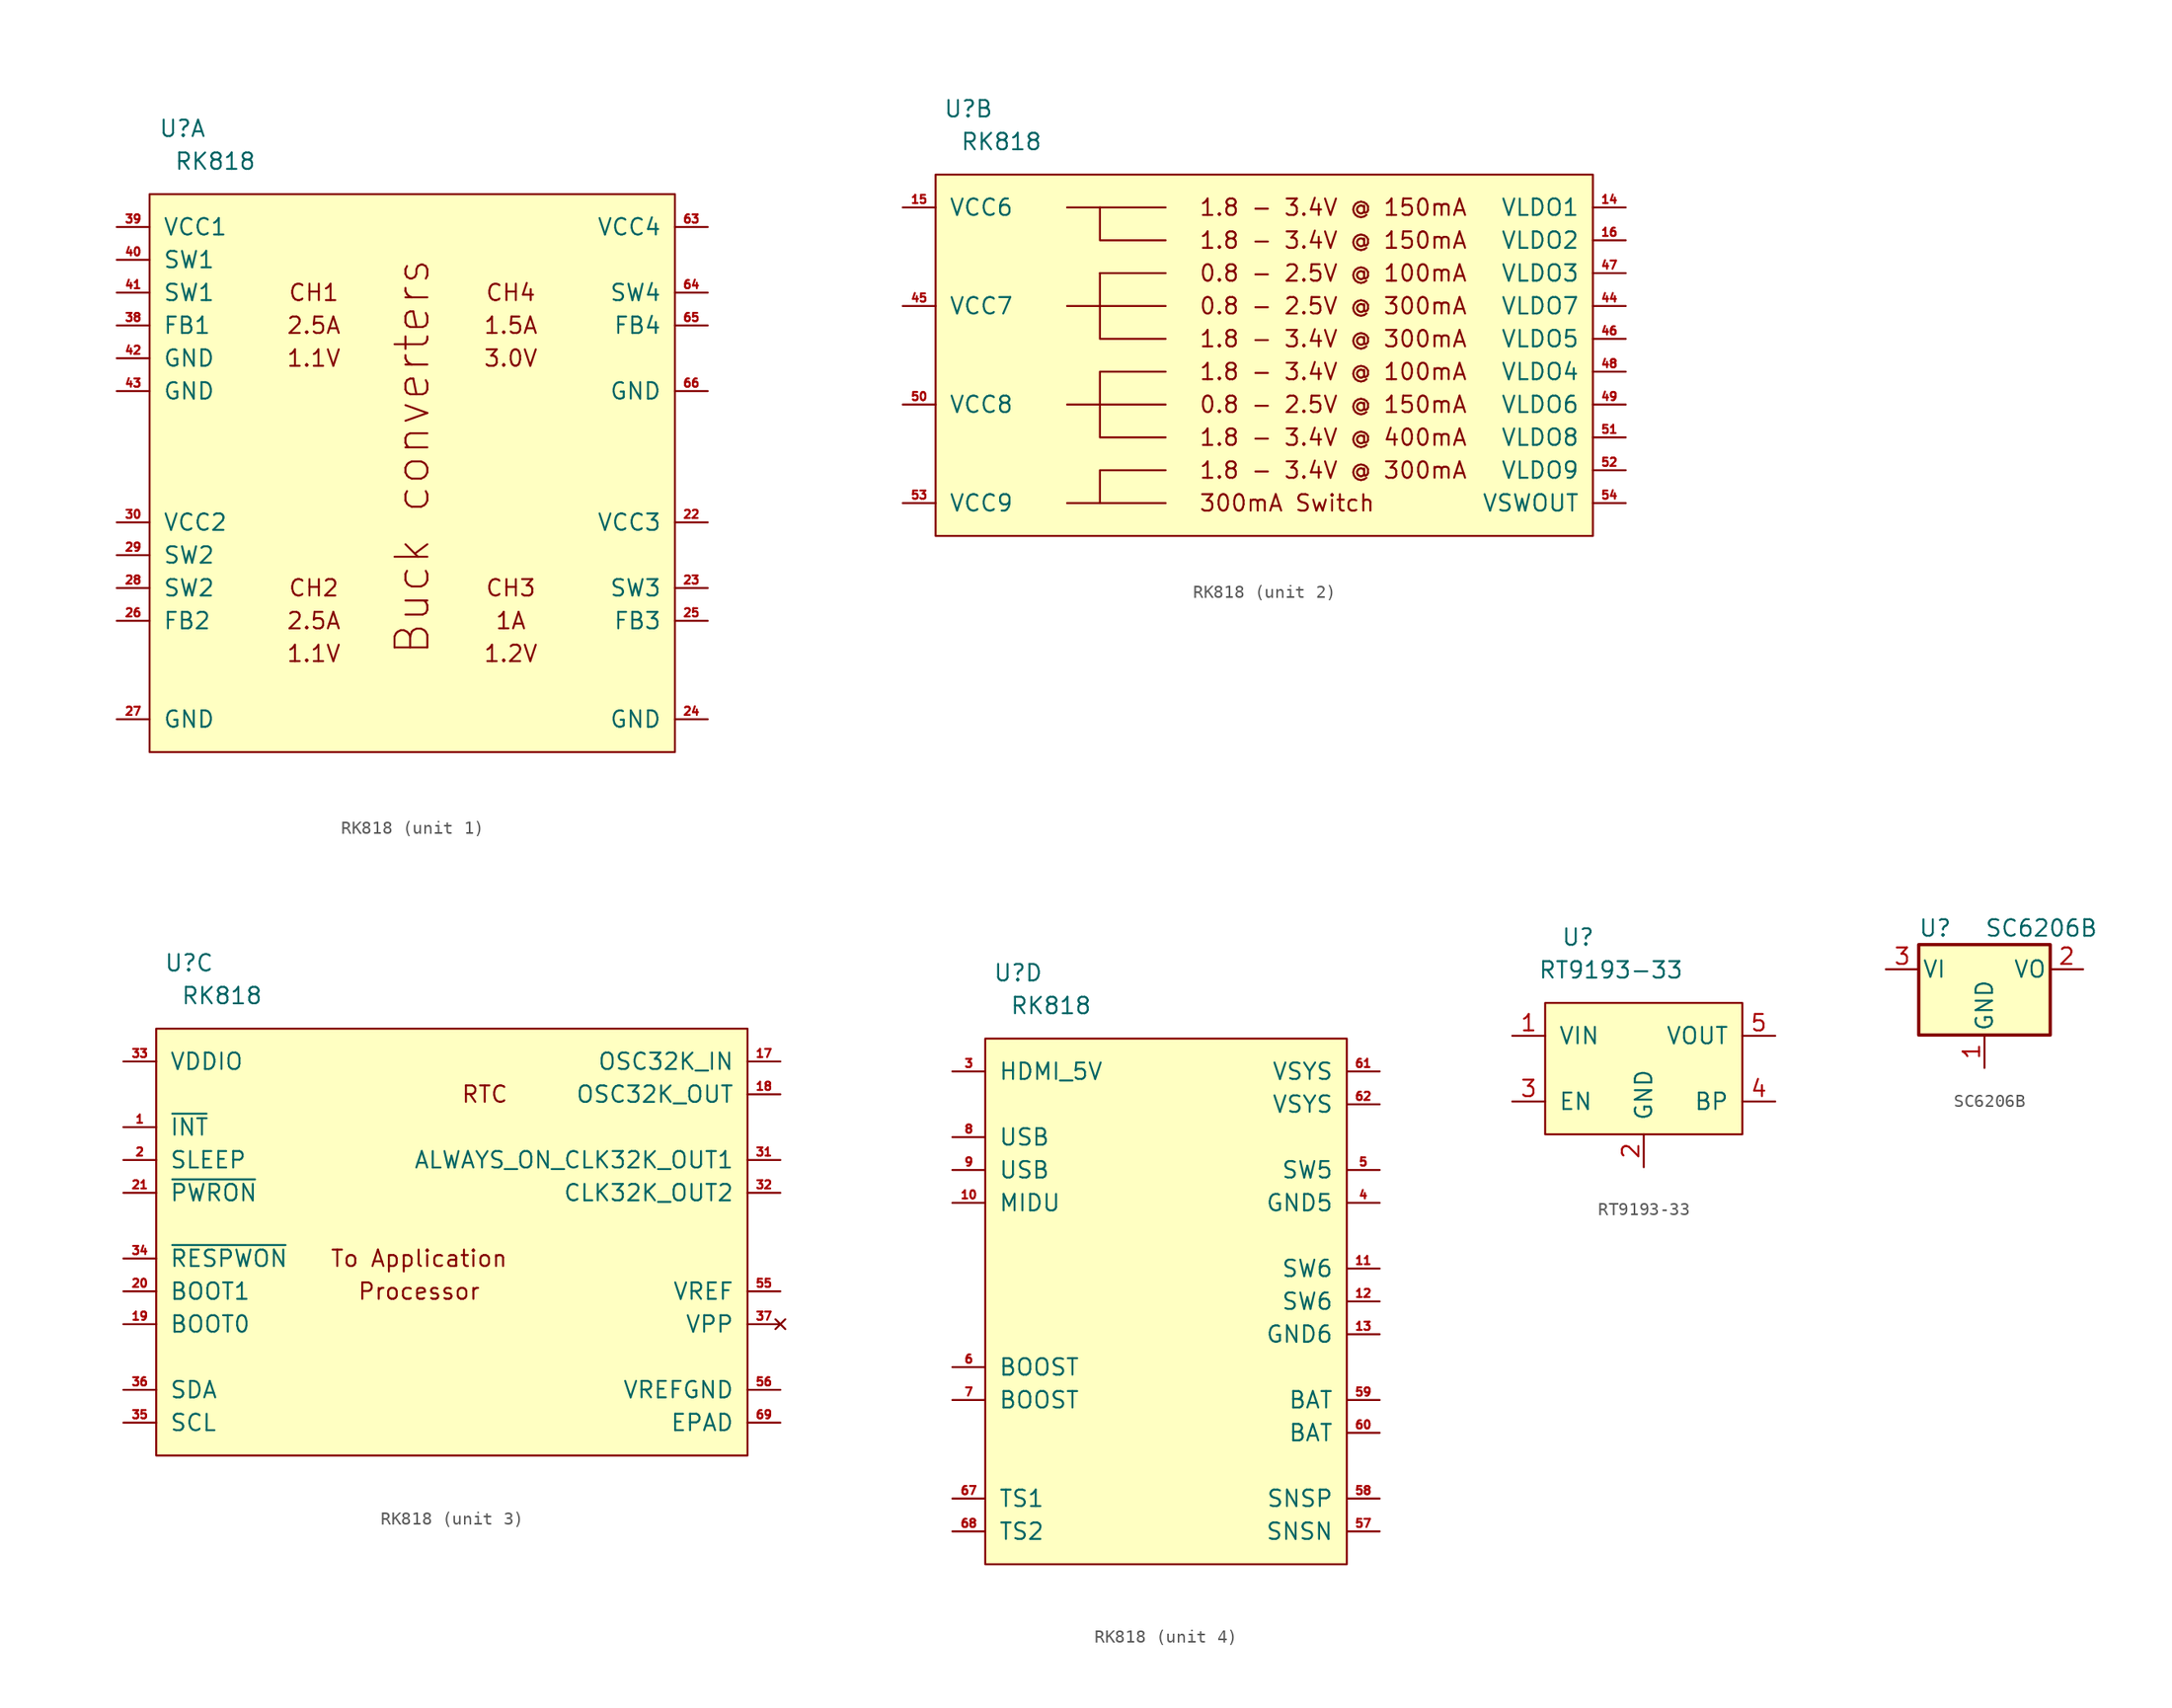
<source format=kicad_sym>
(kicad_symbol_lib
  (version 20211014)
  (generator kicad_symbol_editor)
  (symbol "RK818"
    (pin_names
      (offset 1.016))
    (property "Reference" "U"
      (at 2.54 5.08 0)
      (effects (font (size 1.27 1.27))))
    (property "Value" "RK818"
      (at 5.08 2.54 0)
      (effects (font (size 1.27 1.27))))
    (property "ki_locked" ""
      (at 0 0 0)
      (effects (font (size 1.27 1.27))))
    (symbol "RK818_1_0"
      (text "1.1V" (at 12.7 -35.56 0) (effects (font (size 1.27 1.27))))
      (text "1.1V" (at 12.7 -12.7 0) (effects (font (size 1.27 1.27))))
      (text "1.2V" (at 27.94 -35.56 0) (effects (font (size 1.27 1.27))))
      (text "1.5A" (at 27.94 -10.16 0) (effects (font (size 1.27 1.27))))
      (text "1A" (at 27.94 -33.02 0) (effects (font (size 1.27 1.27))))
      (text "2.5A" (at 12.7 -33.02 0) (effects (font (size 1.27 1.27))))
      (text "2.5A" (at 12.7 -10.16 0) (effects (font (size 1.27 1.27))))
      (text "3.0V" (at 27.94 -12.7 0) (effects (font (size 1.27 1.27))))
      (text "Buck converters" (at 20.32 -20.32 900) (effects (font (size 2.54 2.54))))
      (text "CH1" (at 12.7 -7.62 0) (effects (font (size 1.27 1.27))))
      (text "CH2" (at 12.7 -30.48 0) (effects (font (size 1.27 1.27))))
      (text "CH3" (at 27.94 -30.48 0) (effects (font (size 1.27 1.27))))
      (text "CH4" (at 27.94 -7.62 0) (effects (font (size 1.27 1.27)))))
    (symbol "RK818_1_1"
      (rectangle (start 0 0) (end 40.64 -43.18) (stroke (width 0) (type default) (color 0 0 0 0)) (fill (type background)))
      (pin power_in line (at 43.18 -25.4 180) (length 2.54) (name "VCC3" (effects (font (size 1.27 1.27)))) (number "22" (effects (font (size 0.635 0.635)))))
      (pin power_out line (at 43.18 -30.48 180) (length 2.54) (name "SW3" (effects (font (size 1.27 1.27)))) (number "23" (effects (font (size 0.635 0.635)))))
      (pin power_in line (at 43.18 -40.64 180) (length 2.54) (name "GND" (effects (font (size 1.27 1.27)))) (number "24" (effects (font (size 0.635 0.635)))))
      (pin input line (at 43.18 -33.02 180) (length 2.54) (name "FB3" (effects (font (size 1.27 1.27)))) (number "25" (effects (font (size 0.635 0.635)))))
      (pin input line (at -2.54 -33.02 0) (length 2.54) (name "FB2" (effects (font (size 1.27 1.27)))) (number "26" (effects (font (size 0.635 0.635)))))
      (pin power_in line (at -2.54 -40.64 0) (length 2.54) (name "GND" (effects (font (size 1.27 1.27)))) (number "27" (effects (font (size 0.635 0.635)))))
      (pin power_out line (at -2.54 -30.48 0) (length 2.54) (name "SW2" (effects (font (size 1.27 1.27)))) (number "28" (effects (font (size 0.635 0.635)))))
      (pin power_out line (at -2.54 -27.94 0) (length 2.54) (name "SW2" (effects (font (size 1.27 1.27)))) (number "29" (effects (font (size 0.635 0.635)))))
      (pin power_in line (at -2.54 -25.4 0) (length 2.54) (name "VCC2" (effects (font (size 1.27 1.27)))) (number "30" (effects (font (size 0.635 0.635)))))
      (pin input line (at -2.54 -10.16 0) (length 2.54) (name "FB1" (effects (font (size 1.27 1.27)))) (number "38" (effects (font (size 0.635 0.635)))))
      (pin power_in line (at -2.54 -2.54 0) (length 2.54) (name "VCC1" (effects (font (size 1.27 1.27)))) (number "39" (effects (font (size 0.635 0.635)))))
      (pin power_out line (at -2.54 -5.08 0) (length 2.54) (name "SW1" (effects (font (size 1.27 1.27)))) (number "40" (effects (font (size 0.635 0.635)))))
      (pin power_out line (at -2.54 -7.62 0) (length 2.54) (name "SW1" (effects (font (size 1.27 1.27)))) (number "41" (effects (font (size 0.635 0.635)))))
      (pin power_in line (at -2.54 -12.7 0) (length 2.54) (name "GND" (effects (font (size 1.27 1.27)))) (number "42" (effects (font (size 0.635 0.635)))))
      (pin power_in line (at -2.54 -15.24 0) (length 2.54) (name "GND" (effects (font (size 1.27 1.27)))) (number "43" (effects (font (size 0.635 0.635)))))
      (pin power_in line (at 43.18 -2.54 180) (length 2.54) (name "VCC4" (effects (font (size 1.27 1.27)))) (number "63" (effects (font (size 0.635 0.635)))))
      (pin power_out line (at 43.18 -7.62 180) (length 2.54) (name "SW4" (effects (font (size 1.27 1.27)))) (number "64" (effects (font (size 0.635 0.635)))))
      (pin input line (at 43.18 -10.16 180) (length 2.54) (name "FB4" (effects (font (size 1.27 1.27)))) (number "65" (effects (font (size 0.635 0.635)))))
      (pin power_in line (at 43.18 -15.24 180) (length 2.54) (name "GND" (effects (font (size 1.27 1.27)))) (number "66" (effects (font (size 0.635 0.635))))))
    (symbol "RK818_2_0"
      (polyline (pts (xy 10.16 -17.78) (xy 17.78 -17.78)) (stroke (width 0) (type default) (color 0 0 0 0)) (fill (type none)))
      (polyline (pts (xy 10.16 -2.54) (xy 17.78 -2.54)) (stroke (width 0) (type default) (color 0 0 0 0)) (fill (type none)))
      (polyline (pts (xy 12.7 -25.4) (xy 10.16 -25.4)) (stroke (width 0) (type default) (color 0 0 0 0)) (fill (type none)))
      (polyline (pts (xy 12.7 -10.16) (xy 10.16 -10.16)) (stroke (width 0) (type default) (color 0 0 0 0)) (fill (type none)))
      (polyline (pts (xy 12.7 -10.16) (xy 17.78 -10.16)) (stroke (width 0) (type default) (color 0 0 0 0)) (fill (type none)))
      (polyline (pts (xy 12.7 -7.62) (xy 17.78 -7.62)) (stroke (width 0) (type default) (color 0 0 0 0)) (fill (type none)))
      (polyline (pts (xy 12.7 -7.62) (xy 12.7 -12.7) (xy 17.78 -12.7)) (stroke (width 0) (type default) (color 0 0 0 0)) (fill (type none)))
      (polyline (pts (xy 12.7 -2.54) (xy 12.7 -5.08) (xy 17.78 -5.08)) (stroke (width 0) (type default) (color 0 0 0 0)) (fill (type none)))
      (polyline (pts (xy 17.78 -22.86) (xy 12.7 -22.86) (xy 12.7 -25.4) (xy 17.78 -25.4)) (stroke (width 0) (type default) (color 0 0 0 0)) (fill (type none)))
      (polyline (pts (xy 17.78 -15.24) (xy 12.7 -15.24) (xy 12.7 -20.32) (xy 17.78 -20.32)) (stroke (width 0) (type default) (color 0 0 0 0)) (fill (type none)))
      (text "0.8 - 2.5V @ 100mA" (at 20.32 -7.62 0) (effects (font (size 1.27 1.27)) (justify left)))
      (text "0.8 - 2.5V @ 300mA" (at 20.32 -10.16 0) (effects (font (size 1.27 1.27)) (justify left)))
      (text "1.8 - 3.4V @ 150mA" (at 20.32 -5.08 0) (effects (font (size 1.27 1.27)) (justify left)))
      (text "1.8 - 3.4V @ 150mA" (at 20.32 -2.54 0) (effects (font (size 1.27 1.27)) (justify left)))
      (text "1.8 - 3.4V @ 300mA" (at 20.32 -12.7 0) (effects (font (size 1.27 1.27)) (justify left))))
    (symbol "RK818_2_1"
      (rectangle (start 0 0) (end 50.8 -27.94) (stroke (width 0) (type default) (color 0 0 0 0)) (fill (type background)))
      (text "0.8 - 2.5V @ 150mA" (at 20.32 -17.78 0) (effects (font (size 1.27 1.27)) (justify left)))
      (text "1.8 - 3.4V @ 100mA" (at 20.32 -15.24 0) (effects (font (size 1.27 1.27)) (justify left)))
      (text "1.8 - 3.4V @ 300mA" (at 20.32 -22.86 0) (effects (font (size 1.27 1.27)) (justify left)))
      (text "1.8 - 3.4V @ 400mA" (at 20.32 -20.32 0) (effects (font (size 1.27 1.27)) (justify left)))
      (text "300mA Switch" (at 20.32 -25.4 0) (effects (font (size 1.27 1.27)) (justify left)))
      (pin power_out line (at 53.34 -2.54 180) (length 2.54) (name "VLDO1" (effects (font (size 1.27 1.27)))) (number "14" (effects (font (size 0.635 0.635)))))
      (pin power_in line (at -2.54 -2.54 0) (length 2.54) (name "VCC6" (effects (font (size 1.27 1.27)))) (number "15" (effects (font (size 0.635 0.635)))))
      (pin power_out line (at 53.34 -5.08 180) (length 2.54) (name "VLDO2" (effects (font (size 1.27 1.27)))) (number "16" (effects (font (size 0.635 0.635)))))
      (pin power_out line (at 53.34 -10.16 180) (length 2.54) (name "VLDO7" (effects (font (size 1.27 1.27)))) (number "44" (effects (font (size 0.635 0.635)))))
      (pin power_in line (at -2.54 -10.16 0) (length 2.54) (name "VCC7" (effects (font (size 1.27 1.27)))) (number "45" (effects (font (size 0.635 0.635)))))
      (pin power_out line (at 53.34 -12.7 180) (length 2.54) (name "VLDO5" (effects (font (size 1.27 1.27)))) (number "46" (effects (font (size 0.635 0.635)))))
      (pin power_out line (at 53.34 -7.62 180) (length 2.54) (name "VLDO3" (effects (font (size 1.27 1.27)))) (number "47" (effects (font (size 0.635 0.635)))))
      (pin power_out line (at 53.34 -15.24 180) (length 2.54) (name "VLDO4" (effects (font (size 1.27 1.27)))) (number "48" (effects (font (size 0.635 0.635)))))
      (pin power_out line (at 53.34 -17.78 180) (length 2.54) (name "VLDO6" (effects (font (size 1.27 1.27)))) (number "49" (effects (font (size 0.635 0.635)))))
      (pin power_in line (at -2.54 -17.78 0) (length 2.54) (name "VCC8" (effects (font (size 1.27 1.27)))) (number "50" (effects (font (size 0.635 0.635)))))
      (pin power_out line (at 53.34 -20.32 180) (length 2.54) (name "VLDO8" (effects (font (size 1.27 1.27)))) (number "51" (effects (font (size 0.635 0.635)))))
      (pin power_out line (at 53.34 -22.86 180) (length 2.54) (name "VLDO9" (effects (font (size 1.27 1.27)))) (number "52" (effects (font (size 0.635 0.635)))))
      (pin power_in line (at -2.54 -25.4 0) (length 2.54) (name "VCC9" (effects (font (size 1.27 1.27)))) (number "53" (effects (font (size 0.635 0.635)))))
      (pin power_out line (at 53.34 -25.4 180) (length 2.54) (name "VSWOUT" (effects (font (size 1.27 1.27)))) (number "54" (effects (font (size 0.635 0.635))))))
    (symbol "RK818_3_0"
      (rectangle (start 0 0) (end 45.72 -33.02) (stroke (width 0) (type default) (color 0 0 0 0)) (fill (type background)))
      (text "Processor" (at 20.32 -20.32 0) (effects (font (size 1.27 1.27))))
      (text "RTC" (at 25.4 -5.08 0) (effects (font (size 1.27 1.27))))
      (text "To Application" (at 20.32 -17.78 0) (effects (font (size 1.27 1.27)))))
    (symbol "RK818_3_1"
      (pin output line (at -2.54 -7.62 0) (length 2.54) (name "~{INT}" (effects (font (size 1.27 1.27)))) (number "1" (effects (font (size 0.635 0.635)))))
      (pin input line (at 48.26 -2.54 180) (length 2.54) (name "OSC32K_IN" (effects (font (size 1.27 1.27)))) (number "17" (effects (font (size 0.635 0.635)))))
      (pin output line (at 48.26 -5.08 180) (length 2.54) (name "OSC32K_OUT" (effects (font (size 1.27 1.27)))) (number "18" (effects (font (size 0.635 0.635)))))
      (pin input line (at -2.54 -22.86 0) (length 2.54) (name "BOOT0" (effects (font (size 1.27 1.27)))) (number "19" (effects (font (size 0.635 0.635)))))
      (pin input line (at -2.54 -10.16 0) (length 2.54) (name "SLEEP" (effects (font (size 1.27 1.27)))) (number "2" (effects (font (size 0.635 0.635)))))
      (pin input line (at -2.54 -20.32 0) (length 2.54) (name "BOOT1" (effects (font (size 1.27 1.27)))) (number "20" (effects (font (size 0.635 0.635)))))
      (pin input line (at -2.54 -12.7 0) (length 2.54) (name "~{PWRON}" (effects (font (size 1.27 1.27)))) (number "21" (effects (font (size 0.635 0.635)))))
      (pin output line (at 48.26 -10.16 180) (length 2.54) (name "ALWAYS_ON_CLK32K_OUT1" (effects (font (size 1.27 1.27)))) (number "31" (effects (font (size 0.635 0.635)))))
      (pin output line (at 48.26 -12.7 180) (length 2.54) (name "CLK32K_OUT2" (effects (font (size 1.27 1.27)))) (number "32" (effects (font (size 0.635 0.635)))))
      (pin power_out line (at -2.54 -2.54 0) (length 2.54) (name "VDDIO" (effects (font (size 1.27 1.27)))) (number "33" (effects (font (size 0.635 0.635)))))
      (pin output line (at -2.54 -17.78 0) (length 2.54) (name "~{RESPWON}" (effects (font (size 1.27 1.27)))) (number "34" (effects (font (size 0.635 0.635)))))
      (pin input line (at -2.54 -30.48 0) (length 2.54) (name "SCL" (effects (font (size 1.27 1.27)))) (number "35" (effects (font (size 0.635 0.635)))))
      (pin bidirectional line (at -2.54 -27.94 0) (length 2.54) (name "SDA" (effects (font (size 1.27 1.27)))) (number "36" (effects (font (size 0.635 0.635)))))
      (pin no_connect line (at 48.26 -22.86 180) (length 2.54) (name "VPP" (effects (font (size 1.27 1.27)))) (number "37" (effects (font (size 0.635 0.635)))))
      (pin output line (at 48.26 -20.32 180) (length 2.54) (name "VREF" (effects (font (size 1.27 1.27)))) (number "55" (effects (font (size 0.635 0.635)))))
      (pin output line (at 48.26 -27.94 180) (length 2.54) (name "VREFGND" (effects (font (size 1.27 1.27)))) (number "56" (effects (font (size 0.635 0.635)))))
      (pin power_in line (at 48.26 -30.48 180) (length 2.54) (name "EPAD" (effects (font (size 1.27 1.27)))) (number "69" (effects (font (size 0.635 0.635))))))
    (symbol "RK818_4_0"
      (rectangle (start 0 0) (end 27.94 -40.64) (stroke (width 0) (type default) (color 0 0 0 0)) (fill (type background))))
    (symbol "RK818_4_1"
      (pin input line (at -2.54 -12.7 0) (length 2.54) (name "MIDU" (effects (font (size 1.27 1.27)))) (number "10" (effects (font (size 0.635 0.635)))))
      (pin power_out line (at 30.48 -17.78 180) (length 2.54) (name "SW6" (effects (font (size 1.27 1.27)))) (number "11" (effects (font (size 0.635 0.635)))))
      (pin power_out line (at 30.48 -20.32 180) (length 2.54) (name "SW6" (effects (font (size 1.27 1.27)))) (number "12" (effects (font (size 0.635 0.635)))))
      (pin power_in line (at 30.48 -22.86 180) (length 2.54) (name "GND6" (effects (font (size 1.27 1.27)))) (number "13" (effects (font (size 0.635 0.635)))))
      (pin power_out line (at -2.54 -2.54 0) (length 2.54) (name "HDMI_5V" (effects (font (size 1.27 1.27)))) (number "3" (effects (font (size 0.635 0.635)))))
      (pin power_in line (at 30.48 -12.7 180) (length 2.54) (name "GND5" (effects (font (size 1.27 1.27)))) (number "4" (effects (font (size 0.635 0.635)))))
      (pin power_out line (at 30.48 -10.16 180) (length 2.54) (name "SW5" (effects (font (size 1.27 1.27)))) (number "5" (effects (font (size 0.635 0.635)))))
      (pin input line (at 30.48 -38.1 180) (length 2.54) (name "SNSN" (effects (font (size 1.27 1.27)))) (number "57" (effects (font (size 0.635 0.635)))))
      (pin input line (at 30.48 -35.56 180) (length 2.54) (name "SNSP" (effects (font (size 1.27 1.27)))) (number "58" (effects (font (size 0.635 0.635)))))
      (pin power_in line (at 30.48 -27.94 180) (length 2.54) (name "BAT" (effects (font (size 1.27 1.27)))) (number "59" (effects (font (size 0.635 0.635)))))
      (pin power_out line (at -2.54 -25.4 0) (length 2.54) (name "BOOST" (effects (font (size 1.27 1.27)))) (number "6" (effects (font (size 0.635 0.635)))))
      (pin power_in line (at 30.48 -30.48 180) (length 2.54) (name "BAT" (effects (font (size 1.27 1.27)))) (number "60" (effects (font (size 0.635 0.635)))))
      (pin power_out line (at 30.48 -2.54 180) (length 2.54) (name "VSYS" (effects (font (size 1.27 1.27)))) (number "61" (effects (font (size 0.635 0.635)))))
      (pin power_out line (at 30.48 -5.08 180) (length 2.54) (name "VSYS" (effects (font (size 1.27 1.27)))) (number "62" (effects (font (size 0.635 0.635)))))
      (pin input line (at -2.54 -35.56 0) (length 2.54) (name "TS1" (effects (font (size 1.27 1.27)))) (number "67" (effects (font (size 0.635 0.635)))))
      (pin input line (at -2.54 -38.1 0) (length 2.54) (name "TS2" (effects (font (size 1.27 1.27)))) (number "68" (effects (font (size 0.635 0.635)))))
      (pin power_out line (at -2.54 -27.94 0) (length 2.54) (name "BOOST" (effects (font (size 1.27 1.27)))) (number "7" (effects (font (size 0.635 0.635)))))
      (pin power_in line (at -2.54 -7.62 0) (length 2.54) (name "USB" (effects (font (size 1.27 1.27)))) (number "8" (effects (font (size 0.635 0.635)))))
      (pin power_in line (at -2.54 -10.16 0) (length 2.54) (name "USB" (effects (font (size 1.27 1.27)))) (number "9" (effects (font (size 0.635 0.635)))))))
  (symbol "RT9193-33"
    (pin_names
      (offset 1.016))
    (property "Reference" "U"
      (at 2.54 5.08 0)
      (effects (font (size 1.27 1.27))))
    (property "Value" "RT9193-33"
      (at 5.08 2.54 0)
      (effects (font (size 1.27 1.27))))
    (symbol "RT9193-33_0_1"
      (rectangle (start 0 0) (end 15.24 -10.16) (stroke (width 0) (type default) (color 0 0 0 0)) (fill (type background))))
    (symbol "RT9193-33_1_1"
      (pin power_in line (at -2.54 -2.54 0) (length 2.54) (name "VIN" (effects (font (size 1.27 1.27)))) (number "1" (effects (font (size 1.27 1.27)))))
      (pin power_in line (at 7.62 -12.7 90) (length 2.54) (name "GND" (effects (font (size 1.27 1.27)))) (number "2" (effects (font (size 1.27 1.27)))))
      (pin input line (at -2.54 -7.62 0) (length 2.54) (name "EN" (effects (font (size 1.27 1.27)))) (number "3" (effects (font (size 1.27 1.27)))))
      (pin passive line (at 17.78 -7.62 180) (length 2.54) (name "BP" (effects (font (size 1.27 1.27)))) (number "4" (effects (font (size 1.27 1.27)))))
      (pin power_out line (at 17.78 -2.54 180) (length 2.54) (name "VOUT" (effects (font (size 1.27 1.27)))) (number "5" (effects (font (size 1.27 1.27)))))))
  (symbol "SC6206B"
    (pin_names
      (offset 0.254))
    (property "Reference" "U"
      (at -3.81 3.175 0)
      (effects (font (size 1.27 1.27))))
    (property "Value" "SC6206B"
      (at 0 3.175 0)
      (effects (font (size 1.27 1.27)) (justify left)))
    (symbol "SC6206B_0_1"
      (rectangle (start -5.08 1.905) (end 5.08 -5.08) (stroke (width 0.254) (type default) (color 0 0 0 0)) (fill (type background))))
    (symbol "SC6206B_1_1"
      (pin power_in line (at 0 -7.62 90) (length 2.54) (name "GND" (effects (font (size 1.27 1.27)))) (number "1" (effects (font (size 1.27 1.27)))))
      (pin power_out line (at 7.62 0 180) (length 2.54) (name "VO" (effects (font (size 1.27 1.27)))) (number "2" (effects (font (size 1.27 1.27)))))
      (pin power_in line (at -7.62 0 0) (length 2.54) (name "VI" (effects (font (size 1.27 1.27)))) (number "3" (effects (font (size 1.27 1.27))))))))
</source>
